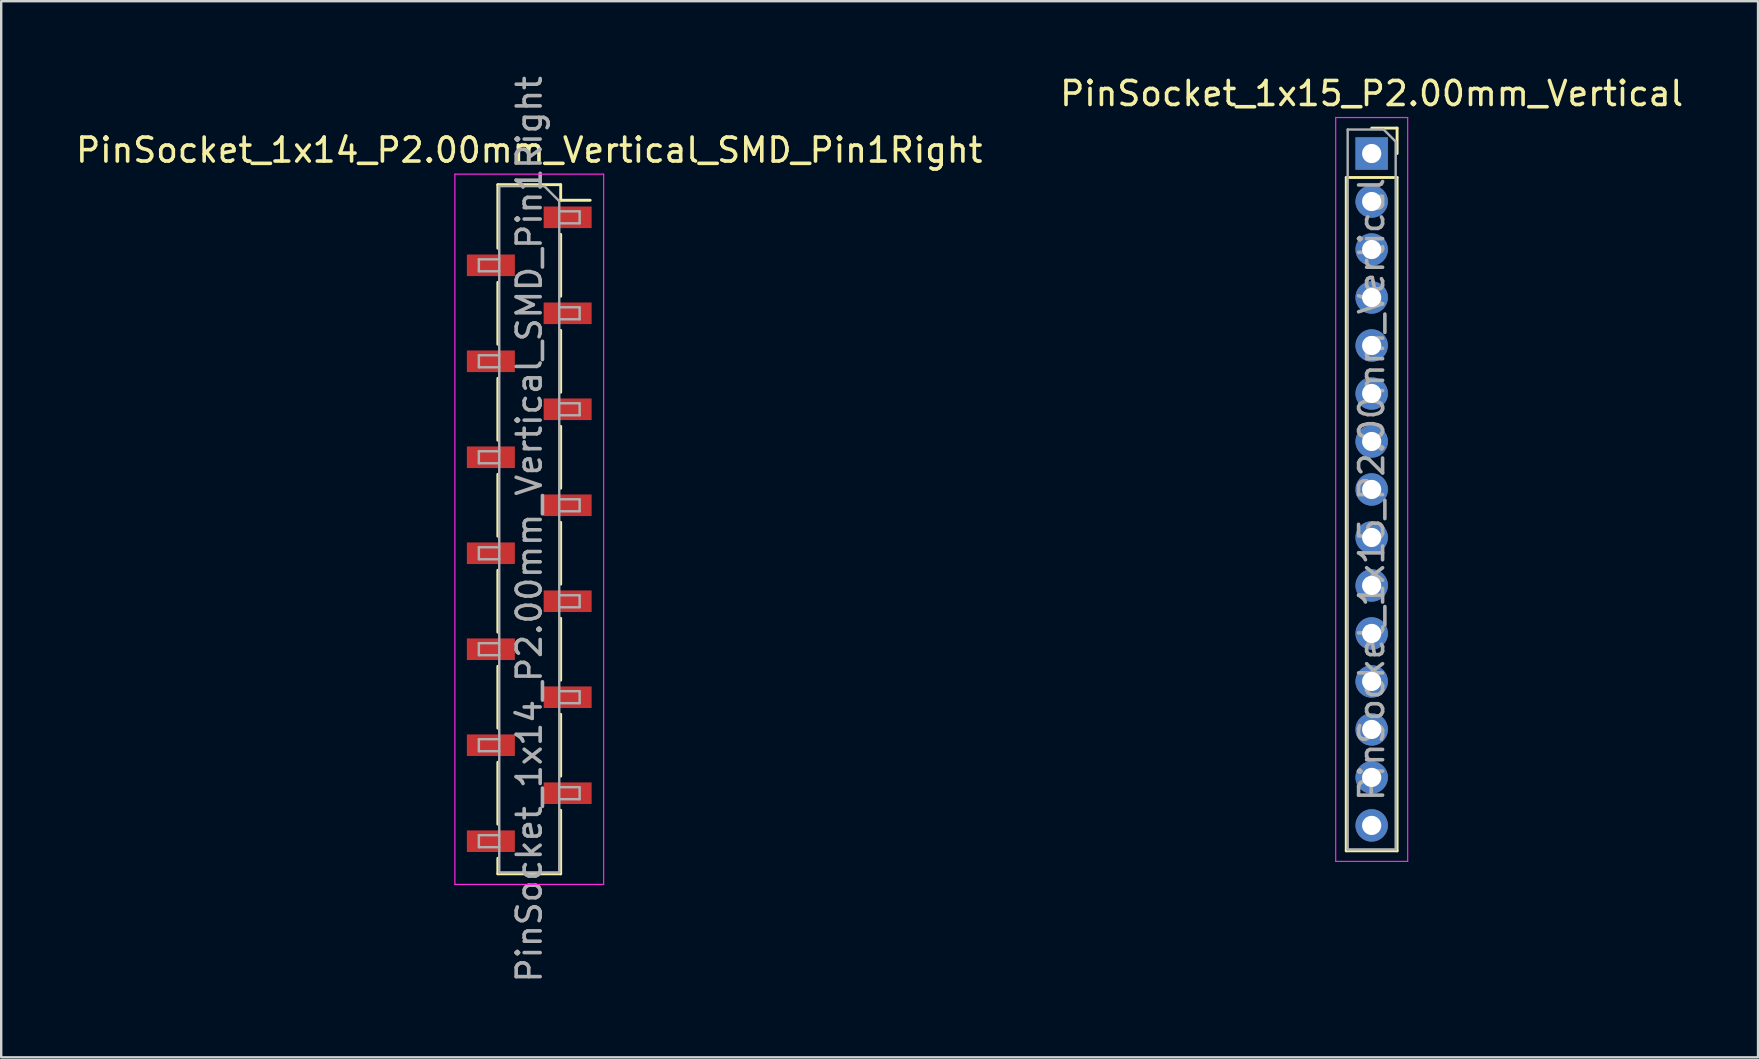
<source format=kicad_pcb>
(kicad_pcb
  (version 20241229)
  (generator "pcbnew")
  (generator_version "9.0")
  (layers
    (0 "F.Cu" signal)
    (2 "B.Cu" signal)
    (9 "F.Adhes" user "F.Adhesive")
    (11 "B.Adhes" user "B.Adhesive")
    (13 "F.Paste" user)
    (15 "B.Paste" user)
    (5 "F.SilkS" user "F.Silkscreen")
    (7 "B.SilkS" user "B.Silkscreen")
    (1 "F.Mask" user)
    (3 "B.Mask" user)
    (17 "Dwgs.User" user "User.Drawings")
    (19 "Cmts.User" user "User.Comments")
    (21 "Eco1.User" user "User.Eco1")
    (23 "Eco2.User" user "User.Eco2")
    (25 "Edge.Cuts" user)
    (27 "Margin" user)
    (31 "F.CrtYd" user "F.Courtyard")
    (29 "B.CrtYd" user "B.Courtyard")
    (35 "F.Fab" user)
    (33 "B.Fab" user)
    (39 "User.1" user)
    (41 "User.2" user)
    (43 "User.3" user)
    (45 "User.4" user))
  (footprint "PinSocket_1x15_P2.00mm_Vertical"
    (layer "F.Cu")
    (at 54.113 3.348)
    (property "Reference" "PinSocket_1x15_P2.00mm_Vertical" (at 0 -2.5 0) (layer "F.SilkS") (effects (font (size 1 1) (thickness 0.15))))
    (attr through_hole)
    (fp_line (start -1.06 1) (end -1.06 29.06) (stroke (width 0.12) (type solid)) (layer "F.SilkS"))
    (fp_line (start -1.06 1) (end 1.06 1) (stroke (width 0.12) (type solid)) (layer "F.SilkS"))
    (fp_line (start -1.06 29.06) (end 1.06 29.06) (stroke (width 0.12) (type solid)) (layer "F.SilkS"))
    (fp_line (start 0 -1.06) (end 1.06 -1.06) (stroke (width 0.12) (type solid)) (layer "F.SilkS"))
    (fp_line (start 1.06 -1.06) (end 1.06 0) (stroke (width 0.12) (type solid)) (layer "F.SilkS"))
    (fp_line (start 1.06 1) (end 1.06 29.06) (stroke (width 0.12) (type solid)) (layer "F.SilkS"))
    (fp_line (start -1.5 -1.5) (end 1.5 -1.5) (stroke (width 0.05) (type solid)) (layer "F.CrtYd"))
    (fp_line (start -1.5 29.5) (end -1.5 -1.5) (stroke (width 0.05) (type solid)) (layer "F.CrtYd"))
    (fp_line (start 1.5 -1.5) (end 1.5 29.5) (stroke (width 0.05) (type solid)) (layer "F.CrtYd"))
    (fp_line (start 1.5 29.5) (end -1.5 29.5) (stroke (width 0.05) (type solid)) (layer "F.CrtYd"))
    (fp_line (start -1 -1) (end 0.5 -1) (stroke (width 0.1) (type solid)) (layer "F.Fab"))
    (fp_line (start -1 29) (end -1 -1) (stroke (width 0.1) (type solid)) (layer "F.Fab"))
    (fp_line (start 0.5 -1) (end 1 -0.5) (stroke (width 0.1) (type solid)) (layer "F.Fab"))
    (fp_line (start 1 -0.5) (end 1 29) (stroke (width 0.1) (type solid)) (layer "F.Fab"))
    (fp_line (start 1 29) (end -1 29) (stroke (width 0.1) (type solid)) (layer "F.Fab"))
    (fp_text user "${REFERENCE}" (at 0 14 90) (layer "F.Fab") (effects (font (size 1 1) (thickness 0.15))))
    (pad "1" thru_hole rect (at 0 0) (size 1.35 1.35) (drill 0.8) (layers "*.Cu" "*.Mask"))
    (pad "2" thru_hole oval (at 0 2) (size 1.35 1.35) (drill 0.8) (layers "*.Cu" "*.Mask"))
    (pad "3" thru_hole oval (at 0 4) (size 1.35 1.35) (drill 0.8) (layers "*.Cu" "*.Mask"))
    (pad "4" thru_hole oval (at 0 6) (size 1.35 1.35) (drill 0.8) (layers "*.Cu" "*.Mask"))
    (pad "5" thru_hole oval (at 0 8) (size 1.35 1.35) (drill 0.8) (layers "*.Cu" "*.Mask"))
    (pad "6" thru_hole oval (at 0 10) (size 1.35 1.35) (drill 0.8) (layers "*.Cu" "*.Mask"))
    (pad "7" thru_hole oval (at 0 12) (size 1.35 1.35) (drill 0.8) (layers "*.Cu" "*.Mask"))
    (pad "8" thru_hole oval (at 0 14) (size 1.35 1.35) (drill 0.8) (layers "*.Cu" "*.Mask"))
    (pad "9" thru_hole oval (at 0 16) (size 1.35 1.35) (drill 0.8) (layers "*.Cu" "*.Mask"))
    (pad "10" thru_hole oval (at 0 18) (size 1.35 1.35) (drill 0.8) (layers "*.Cu" "*.Mask"))
    (pad "11" thru_hole oval (at 0 20) (size 1.35 1.35) (drill 0.8) (layers "*.Cu" "*.Mask"))
    (pad "12" thru_hole oval (at 0 22) (size 1.35 1.35) (drill 0.8) (layers "*.Cu" "*.Mask"))
    (pad "13" thru_hole oval (at 0 24) (size 1.35 1.35) (drill 0.8) (layers "*.Cu" "*.Mask"))
    (pad "14" thru_hole oval (at 0 26) (size 1.35 1.35) (drill 0.8) (layers "*.Cu" "*.Mask"))
    (pad "15" thru_hole oval (at 0 28) (size 1.35 1.35) (drill 0.8) (layers "*.Cu" "*.Mask")))
  (footprint "PinSocket_1x14_P2.00mm_Vertical_SMD_Pin1Right"
    (layer "F.Cu")
    (at 19.006 19.006)
    (property "Reference" "PinSocket_1x14_P2.00mm_Vertical_SMD_Pin1Right" (at 0 -15.8 0) (layer "F.SilkS") (effects (font (size 1 1) (thickness 0.15))))
    (attr smd)
    (fp_line (start -1.31 -14.36) (end -1.31 -11.71) (stroke (width 0.12) (type solid)) (layer "F.SilkS"))
    (fp_line (start -1.31 -14.36) (end 1.31 -14.36) (stroke (width 0.12) (type solid)) (layer "F.SilkS"))
    (fp_line (start -1.31 -10.29) (end -1.31 -7.71) (stroke (width 0.12) (type solid)) (layer "F.SilkS"))
    (fp_line (start -1.31 -6.29) (end -1.31 -3.71) (stroke (width 0.12) (type solid)) (layer "F.SilkS"))
    (fp_line (start -1.31 -2.29) (end -1.31 0.29) (stroke (width 0.12) (type solid)) (layer "F.SilkS"))
    (fp_line (start -1.31 1.71) (end -1.31 4.29) (stroke (width 0.12) (type solid)) (layer "F.SilkS"))
    (fp_line (start -1.31 5.71) (end -1.31 8.29) (stroke (width 0.12) (type solid)) (layer "F.SilkS"))
    (fp_line (start -1.31 9.71) (end -1.31 12.29) (stroke (width 0.12) (type solid)) (layer "F.SilkS"))
    (fp_line (start -1.31 13.71) (end -1.31 14.36) (stroke (width 0.12) (type solid)) (layer "F.SilkS"))
    (fp_line (start -1.31 14.36) (end 1.31 14.36) (stroke (width 0.12) (type solid)) (layer "F.SilkS"))
    (fp_line (start 1.31 -14.36) (end 1.31 -13.71) (stroke (width 0.12) (type solid)) (layer "F.SilkS"))
    (fp_line (start 1.31 -13.71) (end 2.54 -13.71) (stroke (width 0.12) (type solid)) (layer "F.SilkS"))
    (fp_line (start 1.31 -12.29) (end 1.31 -9.71) (stroke (width 0.12) (type solid)) (layer "F.SilkS"))
    (fp_line (start 1.31 -8.29) (end 1.31 -5.71) (stroke (width 0.12) (type solid)) (layer "F.SilkS"))
    (fp_line (start 1.31 -4.29) (end 1.31 -1.71) (stroke (width 0.12) (type solid)) (layer "F.SilkS"))
    (fp_line (start 1.31 -0.29) (end 1.31 2.29) (stroke (width 0.12) (type solid)) (layer "F.SilkS"))
    (fp_line (start 1.31 3.71) (end 1.31 6.29) (stroke (width 0.12) (type solid)) (layer "F.SilkS"))
    (fp_line (start 1.31 7.71) (end 1.31 10.29) (stroke (width 0.12) (type solid)) (layer "F.SilkS"))
    (fp_line (start 1.31 11.71) (end 1.31 14.36) (stroke (width 0.12) (type solid)) (layer "F.SilkS"))
    (fp_line (start -3.1 -14.8) (end 3.1 -14.8) (stroke (width 0.05) (type solid)) (layer "F.CrtYd"))
    (fp_line (start -3.1 14.8) (end -3.1 -14.8) (stroke (width 0.05) (type solid)) (layer "F.CrtYd"))
    (fp_line (start 3.1 -14.8) (end 3.1 14.8) (stroke (width 0.05) (type solid)) (layer "F.CrtYd"))
    (fp_line (start 3.1 14.8) (end -3.1 14.8) (stroke (width 0.05) (type solid)) (layer "F.CrtYd"))
    (fp_line (start -2.1 -11.25) (end -1.25 -11.25) (stroke (width 0.1) (type solid)) (layer "F.Fab"))
    (fp_line (start -2.1 -10.75) (end -2.1 -11.25) (stroke (width 0.1) (type solid)) (layer "F.Fab"))
    (fp_line (start -2.1 -7.25) (end -1.25 -7.25) (stroke (width 0.1) (type solid)) (layer "F.Fab"))
    (fp_line (start -2.1 -6.75) (end -2.1 -7.25) (stroke (width 0.1) (type solid)) (layer "F.Fab"))
    (fp_line (start -2.1 -3.25) (end -1.25 -3.25) (stroke (width 0.1) (type solid)) (layer "F.Fab"))
    (fp_line (start -2.1 -2.75) (end -2.1 -3.25) (stroke (width 0.1) (type solid)) (layer "F.Fab"))
    (fp_line (start -2.1 0.75) (end -1.25 0.75) (stroke (width 0.1) (type solid)) (layer "F.Fab"))
    (fp_line (start -2.1 1.25) (end -2.1 0.75) (stroke (width 0.1) (type solid)) (layer "F.Fab"))
    (fp_line (start -2.1 4.75) (end -1.25 4.75) (stroke (width 0.1) (type solid)) (layer "F.Fab"))
    (fp_line (start -2.1 5.25) (end -2.1 4.75) (stroke (width 0.1) (type solid)) (layer "F.Fab"))
    (fp_line (start -2.1 8.75) (end -1.25 8.75) (stroke (width 0.1) (type solid)) (layer "F.Fab"))
    (fp_line (start -2.1 9.25) (end -2.1 8.75) (stroke (width 0.1) (type solid)) (layer "F.Fab"))
    (fp_line (start -2.1 12.75) (end -1.25 12.75) (stroke (width 0.1) (type solid)) (layer "F.Fab"))
    (fp_line (start -2.1 13.25) (end -2.1 12.75) (stroke (width 0.1) (type solid)) (layer "F.Fab"))
    (fp_line (start -1.25 -14.3) (end 0.625 -14.3) (stroke (width 0.1) (type solid)) (layer "F.Fab"))
    (fp_line (start -1.25 -10.75) (end -2.1 -10.75) (stroke (width 0.1) (type solid)) (layer "F.Fab"))
    (fp_line (start -1.25 -6.75) (end -2.1 -6.75) (stroke (width 0.1) (type solid)) (layer "F.Fab"))
    (fp_line (start -1.25 -2.75) (end -2.1 -2.75) (stroke (width 0.1) (type solid)) (layer "F.Fab"))
    (fp_line (start -1.25 1.25) (end -2.1 1.25) (stroke (width 0.1) (type solid)) (layer "F.Fab"))
    (fp_line (start -1.25 5.25) (end -2.1 5.25) (stroke (width 0.1) (type solid)) (layer "F.Fab"))
    (fp_line (start -1.25 9.25) (end -2.1 9.25) (stroke (width 0.1) (type solid)) (layer "F.Fab"))
    (fp_line (start -1.25 13.25) (end -2.1 13.25) (stroke (width 0.1) (type solid)) (layer "F.Fab"))
    (fp_line (start -1.25 14.3) (end -1.25 -14.3) (stroke (width 0.1) (type solid)) (layer "F.Fab"))
    (fp_line (start 0.625 -14.3) (end 1.25 -13.675) (stroke (width 0.1) (type solid)) (layer "F.Fab"))
    (fp_line (start 1.25 -13.675) (end 1.25 14.3) (stroke (width 0.1) (type solid)) (layer "F.Fab"))
    (fp_line (start 1.25 -13.25) (end 2.1 -13.25) (stroke (width 0.1) (type solid)) (layer "F.Fab"))
    (fp_line (start 1.25 -9.25) (end 2.1 -9.25) (stroke (width 0.1) (type solid)) (layer "F.Fab"))
    (fp_line (start 1.25 -5.25) (end 2.1 -5.25) (stroke (width 0.1) (type solid)) (layer "F.Fab"))
    (fp_line (start 1.25 -1.25) (end 2.1 -1.25) (stroke (width 0.1) (type solid)) (layer "F.Fab"))
    (fp_line (start 1.25 2.75) (end 2.1 2.75) (stroke (width 0.1) (type solid)) (layer "F.Fab"))
    (fp_line (start 1.25 6.75) (end 2.1 6.75) (stroke (width 0.1) (type solid)) (layer "F.Fab"))
    (fp_line (start 1.25 10.75) (end 2.1 10.75) (stroke (width 0.1) (type solid)) (layer "F.Fab"))
    (fp_line (start 1.25 14.3) (end -1.25 14.3) (stroke (width 0.1) (type solid)) (layer "F.Fab"))
    (fp_line (start 2.1 -13.25) (end 2.1 -12.75) (stroke (width 0.1) (type solid)) (layer "F.Fab"))
    (fp_line (start 2.1 -12.75) (end 1.25 -12.75) (stroke (width 0.1) (type solid)) (layer "F.Fab"))
    (fp_line (start 2.1 -9.25) (end 2.1 -8.75) (stroke (width 0.1) (type solid)) (layer "F.Fab"))
    (fp_line (start 2.1 -8.75) (end 1.25 -8.75) (stroke (width 0.1) (type solid)) (layer "F.Fab"))
    (fp_line (start 2.1 -5.25) (end 2.1 -4.75) (stroke (width 0.1) (type solid)) (layer "F.Fab"))
    (fp_line (start 2.1 -4.75) (end 1.25 -4.75) (stroke (width 0.1) (type solid)) (layer "F.Fab"))
    (fp_line (start 2.1 -1.25) (end 2.1 -0.75) (stroke (width 0.1) (type solid)) (layer "F.Fab"))
    (fp_line (start 2.1 -0.75) (end 1.25 -0.75) (stroke (width 0.1) (type solid)) (layer "F.Fab"))
    (fp_line (start 2.1 2.75) (end 2.1 3.25) (stroke (width 0.1) (type solid)) (layer "F.Fab"))
    (fp_line (start 2.1 3.25) (end 1.25 3.25) (stroke (width 0.1) (type solid)) (layer "F.Fab"))
    (fp_line (start 2.1 6.75) (end 2.1 7.25) (stroke (width 0.1) (type solid)) (layer "F.Fab"))
    (fp_line (start 2.1 7.25) (end 1.25 7.25) (stroke (width 0.1) (type solid)) (layer "F.Fab"))
    (fp_line (start 2.1 10.75) (end 2.1 11.25) (stroke (width 0.1) (type solid)) (layer "F.Fab"))
    (fp_line (start 2.1 11.25) (end 1.25 11.25) (stroke (width 0.1) (type solid)) (layer "F.Fab"))
    (fp_text user "${REFERENCE}" (at 0 0 90) (layer "F.Fab") (effects (font (size 1 1) (thickness 0.15))))
    (pad "1" smd rect (at 1.6 -13) (size 2 0.9) (layers "F.Cu" "F.Mask" "F.Paste"))
    (pad "2" smd rect (at -1.6 -11) (size 2 0.9) (layers "F.Cu" "F.Mask" "F.Paste"))
    (pad "3" smd rect (at 1.6 -9) (size 2 0.9) (layers "F.Cu" "F.Mask" "F.Paste"))
    (pad "4" smd rect (at -1.6 -7) (size 2 0.9) (layers "F.Cu" "F.Mask" "F.Paste"))
    (pad "5" smd rect (at 1.6 -5) (size 2 0.9) (layers "F.Cu" "F.Mask" "F.Paste"))
    (pad "6" smd rect (at -1.6 -3) (size 2 0.9) (layers "F.Cu" "F.Mask" "F.Paste"))
    (pad "7" smd rect (at 1.6 -1) (size 2 0.9) (layers "F.Cu" "F.Mask" "F.Paste"))
    (pad "8" smd rect (at -1.6 1) (size 2 0.9) (layers "F.Cu" "F.Mask" "F.Paste"))
    (pad "9" smd rect (at 1.6 3) (size 2 0.9) (layers "F.Cu" "F.Mask" "F.Paste"))
    (pad "10" smd rect (at -1.6 5) (size 2 0.9) (layers "F.Cu" "F.Mask" "F.Paste"))
    (pad "11" smd rect (at 1.6 7) (size 2 0.9) (layers "F.Cu" "F.Mask" "F.Paste"))
    (pad "12" smd rect (at -1.6 9) (size 2 0.9) (layers "F.Cu" "F.Mask" "F.Paste"))
    (pad "13" smd rect (at 1.6 11) (size 2 0.9) (layers "F.Cu" "F.Mask" "F.Paste"))
    (pad "14" smd rect (at -1.6 13) (size 2 0.9) (layers "F.Cu" "F.Mask" "F.Paste")))
  (gr_rect
    (start -3 -3)
    (end 70.214 41.012)
    (stroke (width 0.1) (type default))
    (fill no)
    (layer "Edge.Cuts")))
</source>
